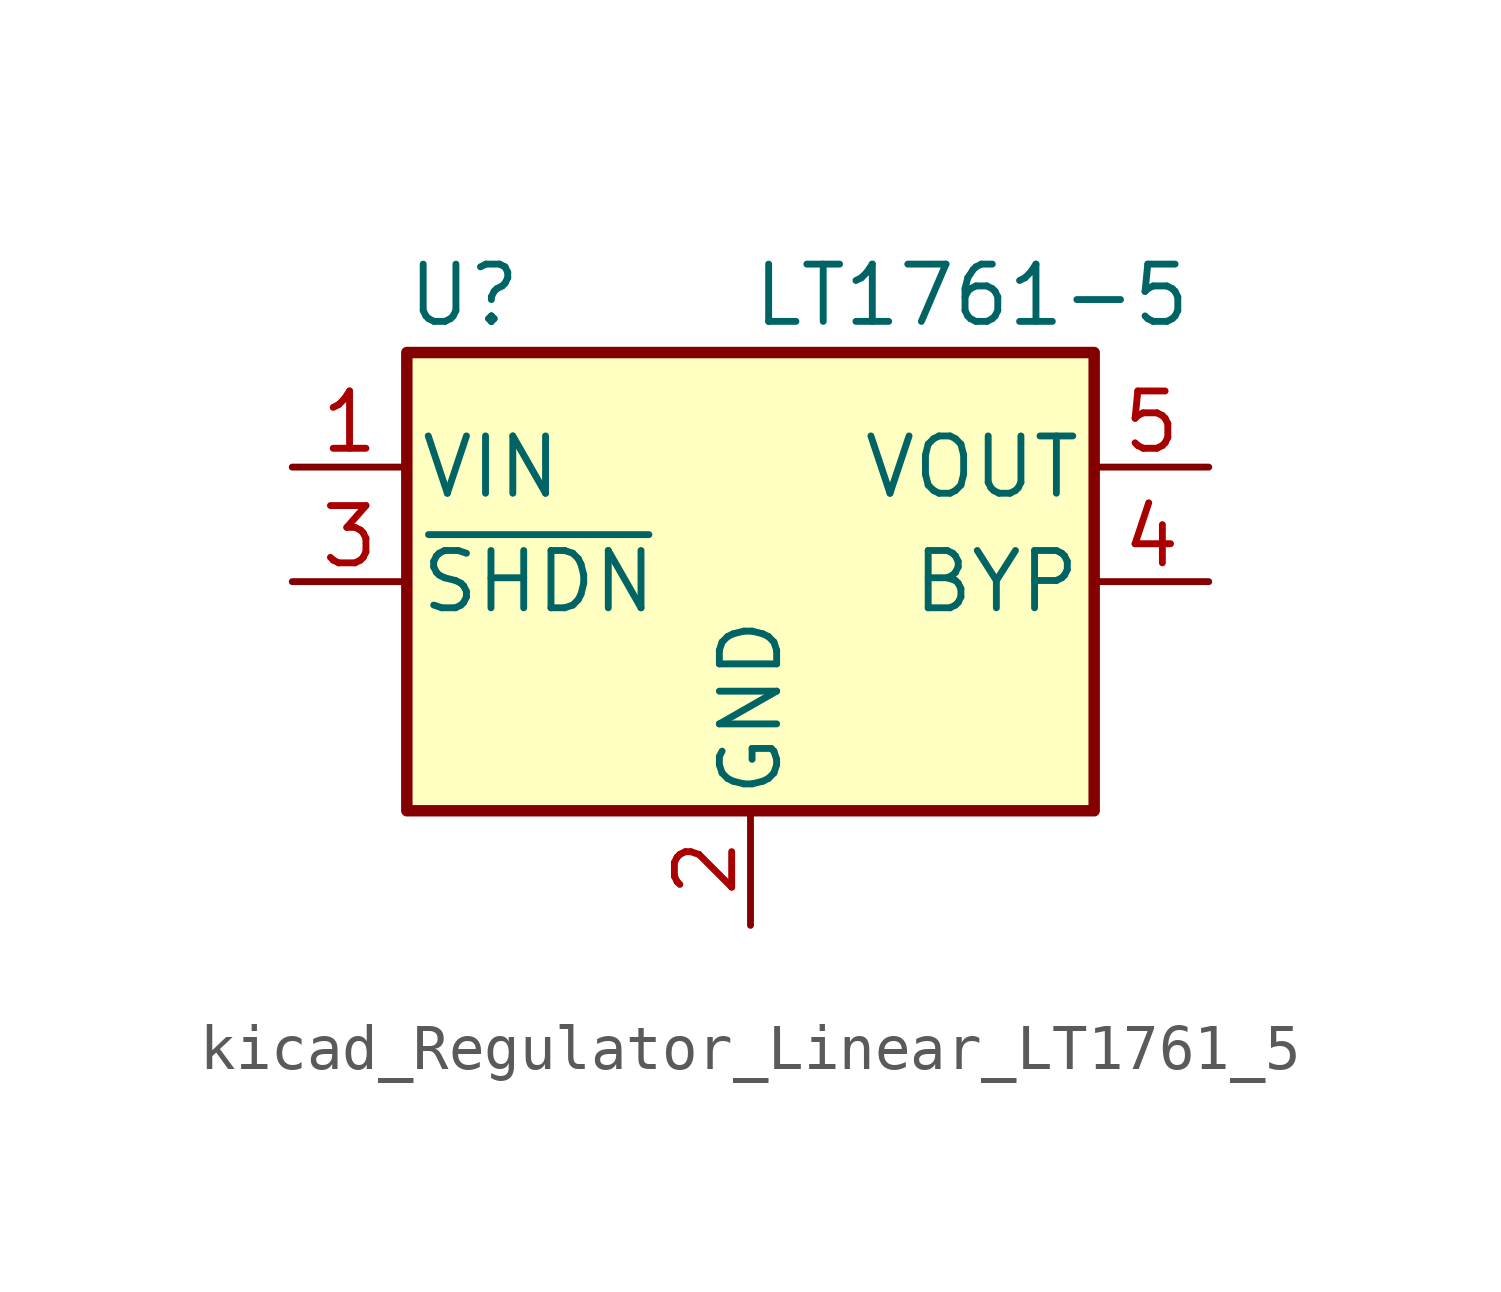
<source format=kicad_sym>
(kicad_symbol_lib
  (version 20220914)
  (generator kicad_symbol_editor)
  (symbol "kicad_Regulator_Linear_LT1761_5"
    (pin_names
      (offset 0.254))
    (property "Reference" "U"
      (at -6.35 6.35 0)
      (effects (font (size 1.27 1.27))))
    (property "Value" "LT1761-5"
      (at 0 6.35 0)
      (effects (font (size 1.27 1.27)) (justify left)))
    (symbol "kicad_Regulator_Linear_LT1761_5_0_1"
      (rectangle (start -7.62 5.08) (end 7.62 -5.08) (stroke (width 0.254) (type default)) (fill (type background))))
    (symbol "kicad_Regulator_Linear_LT1761_5_1_1"
      (pin power_in line (at -10.16 2.54 0) (length 2.54) (name "VIN" (effects (font (size 1.27 1.27)))) (number "1" (effects (font (size 1.27 1.27)))))
      (pin power_in line (at 0 -7.62 90) (length 2.54) (name "GND" (effects (font (size 1.27 1.27)))) (number "2" (effects (font (size 1.27 1.27)))))
      (pin input line (at -10.16 0 0) (length 2.54) (name "~{SHDN}" (effects (font (size 1.27 1.27)))) (number "3" (effects (font (size 1.27 1.27)))))
      (pin passive line (at 10.16 0 180) (length 2.54) (name "BYP" (effects (font (size 1.27 1.27)))) (number "4" (effects (font (size 1.27 1.27)))))
      (pin power_out line (at 10.16 2.54 180) (length 2.54) (name "VOUT" (effects (font (size 1.27 1.27)))) (number "5" (effects (font (size 1.27 1.27))))))))
</source>
